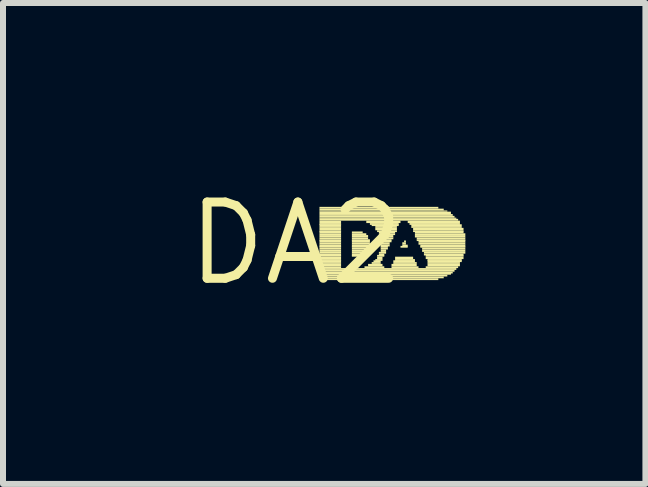
<source format=kicad_pcb>
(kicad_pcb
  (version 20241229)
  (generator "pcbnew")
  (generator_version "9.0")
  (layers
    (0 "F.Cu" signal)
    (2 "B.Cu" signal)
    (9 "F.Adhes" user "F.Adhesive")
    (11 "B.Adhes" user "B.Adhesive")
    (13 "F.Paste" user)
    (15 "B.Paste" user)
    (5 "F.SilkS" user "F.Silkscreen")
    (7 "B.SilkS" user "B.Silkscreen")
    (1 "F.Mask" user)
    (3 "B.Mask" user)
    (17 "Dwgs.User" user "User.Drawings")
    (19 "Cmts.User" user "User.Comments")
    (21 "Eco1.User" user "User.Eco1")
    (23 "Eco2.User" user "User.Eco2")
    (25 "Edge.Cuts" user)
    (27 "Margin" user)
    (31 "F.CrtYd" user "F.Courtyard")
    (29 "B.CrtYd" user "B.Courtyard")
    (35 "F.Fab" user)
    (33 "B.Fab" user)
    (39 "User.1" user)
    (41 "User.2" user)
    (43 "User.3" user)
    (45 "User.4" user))
  (footprint "DA2"
    (layer "F.Cu")
    (at 1.882 1.006)
    (property "Reference" "DA2" (at 0 0 0) (layer "F.SilkS") (effects (font (size 1.27 1.27) (thickness 0.15))))
    (fp_poly (pts (xy 0.39 -0.58) (xy 2.37 -0.58) (xy 2.37 -0.61) (xy 0.39 -0.61)) (stroke (width 0) (type default)) (fill yes) (layer "F.SilkS"))
    (fp_poly (pts (xy 0.39 -0.55) (xy 2.46 -0.55) (xy 2.46 -0.58) (xy 0.39 -0.58)) (stroke (width 0) (type default)) (fill yes) (layer "F.SilkS"))
    (fp_poly (pts (xy 0.39 -0.53) (xy 2.52 -0.53) (xy 2.52 -0.55) (xy 0.39 -0.55)) (stroke (width 0) (type default)) (fill yes) (layer "F.SilkS"))
    (fp_poly (pts (xy 0.39 -0.49) (xy 2.58 -0.49) (xy 2.58 -0.53) (xy 0.39 -0.53)) (stroke (width 0) (type default)) (fill yes) (layer "F.SilkS"))
    (fp_poly (pts (xy 0.39 -0.46) (xy 2.61 -0.46) (xy 2.61 -0.49) (xy 0.39 -0.49)) (stroke (width 0) (type default)) (fill yes) (layer "F.SilkS"))
    (fp_poly (pts (xy 0.39 -0.43) (xy 2.64 -0.43) (xy 2.64 -0.46) (xy 0.39 -0.46)) (stroke (width 0) (type default)) (fill yes) (layer "F.SilkS"))
    (fp_poly (pts (xy 0.39 -0.41) (xy 2.67 -0.41) (xy 2.67 -0.43) (xy 0.39 -0.43)) (stroke (width 0) (type default)) (fill yes) (layer "F.SilkS"))
    (fp_poly (pts (xy 0.39 -0.38) (xy 2.7 -0.38) (xy 2.7 -0.41) (xy 0.39 -0.41)) (stroke (width 0) (type default)) (fill yes) (layer "F.SilkS"))
    (fp_poly (pts (xy 0.39 -0.34) (xy 0.75 -0.34) (xy 0.75 -0.38) (xy 0.39 -0.38)) (stroke (width 0) (type default)) (fill yes) (layer "F.SilkS"))
    (fp_poly (pts (xy 0.39 -0.31) (xy 0.75 -0.31) (xy 0.75 -0.34) (xy 0.39 -0.34)) (stroke (width 0) (type default)) (fill yes) (layer "F.SilkS"))
    (fp_poly (pts (xy 0.39 -0.29) (xy 0.75 -0.29) (xy 0.75 -0.32) (xy 0.39 -0.32)) (stroke (width 0) (type default)) (fill yes) (layer "F.SilkS"))
    (fp_poly (pts (xy 0.39 -0.26) (xy 0.75 -0.26) (xy 0.75 -0.29) (xy 0.39 -0.29)) (stroke (width 0) (type default)) (fill yes) (layer "F.SilkS"))
    (fp_poly (pts (xy 0.39 -0.22) (xy 0.75 -0.22) (xy 0.75 -0.26) (xy 0.39 -0.26)) (stroke (width 0) (type default)) (fill yes) (layer "F.SilkS"))
    (fp_poly (pts (xy 0.39 -0.19) (xy 0.75 -0.19) (xy 0.75 -0.22) (xy 0.39 -0.22)) (stroke (width 0) (type default)) (fill yes) (layer "F.SilkS"))
    (fp_poly (pts (xy 0.39 -0.17) (xy 0.75 -0.17) (xy 0.75 -0.2) (xy 0.39 -0.2)) (stroke (width 0) (type default)) (fill yes) (layer "F.SilkS"))
    (fp_poly (pts (xy 0.39 -0.14) (xy 0.75 -0.14) (xy 0.75 -0.17) (xy 0.39 -0.17)) (stroke (width 0) (type default)) (fill yes) (layer "F.SilkS"))
    (fp_poly (pts (xy 0.39 -0.1) (xy 0.75 -0.1) (xy 0.75 -0.14) (xy 0.39 -0.14)) (stroke (width 0) (type default)) (fill yes) (layer "F.SilkS"))
    (fp_poly (pts (xy 0.39 -0.07) (xy 0.75 -0.07) (xy 0.75 -0.1) (xy 0.39 -0.1)) (stroke (width 0) (type default)) (fill yes) (layer "F.SilkS"))
    (fp_poly (pts (xy 0.39 -0.04) (xy 0.75 -0.04) (xy 0.75 -0.07) (xy 0.39 -0.07)) (stroke (width 0) (type default)) (fill yes) (layer "F.SilkS"))
    (fp_poly (pts (xy 0.39 -0.02) (xy 0.75 -0.02) (xy 0.75 -0.05) (xy 0.39 -0.05)) (stroke (width 0) (type default)) (fill yes) (layer "F.SilkS"))
    (fp_poly (pts (xy 0.39 0.02) (xy 0.75 0.02) (xy 0.75 -0.02) (xy 0.39 -0.02)) (stroke (width 0) (type default)) (fill yes) (layer "F.SilkS"))
    (fp_poly (pts (xy 0.39 0.05) (xy 0.75 0.05) (xy 0.75 0.02) (xy 0.39 0.02)) (stroke (width 0) (type default)) (fill yes) (layer "F.SilkS"))
    (fp_poly (pts (xy 0.39 0.07) (xy 0.75 0.07) (xy 0.75 0.04) (xy 0.39 0.04)) (stroke (width 0) (type default)) (fill yes) (layer "F.SilkS"))
    (fp_poly (pts (xy 0.39 0.1) (xy 0.75 0.1) (xy 0.75 0.07) (xy 0.39 0.07)) (stroke (width 0) (type default)) (fill yes) (layer "F.SilkS"))
    (fp_poly (pts (xy 0.39 0.14) (xy 0.75 0.14) (xy 0.75 0.1) (xy 0.39 0.1)) (stroke (width 0) (type default)) (fill yes) (layer "F.SilkS"))
    (fp_poly (pts (xy 0.39 0.17) (xy 0.75 0.17) (xy 0.75 0.14) (xy 0.39 0.14)) (stroke (width 0) (type default)) (fill yes) (layer "F.SilkS"))
    (fp_poly (pts (xy 0.39 0.2) (xy 0.75 0.2) (xy 0.75 0.17) (xy 0.39 0.17)) (stroke (width 0) (type default)) (fill yes) (layer "F.SilkS"))
    (fp_poly (pts (xy 0.39 0.22) (xy 0.75 0.22) (xy 0.75 0.19) (xy 0.39 0.19)) (stroke (width 0) (type default)) (fill yes) (layer "F.SilkS"))
    (fp_poly (pts (xy 0.39 0.26) (xy 0.75 0.26) (xy 0.75 0.22) (xy 0.39 0.22)) (stroke (width 0) (type default)) (fill yes) (layer "F.SilkS"))
    (fp_poly (pts (xy 0.39 0.29) (xy 0.75 0.29) (xy 0.75 0.26) (xy 0.39 0.26)) (stroke (width 0) (type default)) (fill yes) (layer "F.SilkS"))
    (fp_poly (pts (xy 0.39 0.31) (xy 0.75 0.31) (xy 0.75 0.28) (xy 0.39 0.28)) (stroke (width 0) (type default)) (fill yes) (layer "F.SilkS"))
    (fp_poly (pts (xy 0.39 0.34) (xy 0.75 0.34) (xy 0.75 0.31) (xy 0.39 0.31)) (stroke (width 0) (type default)) (fill yes) (layer "F.SilkS"))
    (fp_poly (pts (xy 0.39 0.38) (xy 0.75 0.38) (xy 0.75 0.34) (xy 0.39 0.34)) (stroke (width 0) (type default)) (fill yes) (layer "F.SilkS"))
    (fp_poly (pts (xy 0.39 0.41) (xy 0.75 0.41) (xy 0.75 0.38) (xy 0.39 0.38)) (stroke (width 0) (type default)) (fill yes) (layer "F.SilkS"))
    (fp_poly (pts (xy 0.39 0.44) (xy 2.67 0.44) (xy 2.67 0.41) (xy 0.39 0.41)) (stroke (width 0) (type default)) (fill yes) (layer "F.SilkS"))
    (fp_poly (pts (xy 0.39 0.47) (xy 2.64 0.47) (xy 2.64 0.44) (xy 0.39 0.44)) (stroke (width 0) (type default)) (fill yes) (layer "F.SilkS"))
    (fp_poly (pts (xy 0.39 0.5) (xy 2.61 0.5) (xy 2.61 0.47) (xy 0.39 0.47)) (stroke (width 0) (type default)) (fill yes) (layer "F.SilkS"))
    (fp_poly (pts (xy 0.39 0.52) (xy 2.58 0.52) (xy 2.58 0.49) (xy 0.39 0.49)) (stroke (width 0) (type default)) (fill yes) (layer "F.SilkS"))
    (fp_poly (pts (xy 0.39 0.55) (xy 2.52 0.55) (xy 2.52 0.52) (xy 0.39 0.52)) (stroke (width 0) (type default)) (fill yes) (layer "F.SilkS"))
    (fp_poly (pts (xy 0.39 0.58) (xy 2.46 0.58) (xy 2.46 0.55) (xy 0.39 0.55)) (stroke (width 0) (type default)) (fill yes) (layer "F.SilkS"))
    (fp_poly (pts (xy 0.39 0.61) (xy 2.37 0.61) (xy 2.37 0.58) (xy 0.39 0.58)) (stroke (width 0) (type default)) (fill yes) (layer "F.SilkS"))
    (fp_poly (pts (xy 0.93 -0.17) (xy 1.11 -0.17) (xy 1.11 -0.2) (xy 0.93 -0.2)) (stroke (width 0) (type default)) (fill yes) (layer "F.SilkS"))
    (fp_poly (pts (xy 0.93 -0.14) (xy 1.17 -0.14) (xy 1.17 -0.17) (xy 0.93 -0.17)) (stroke (width 0) (type default)) (fill yes) (layer "F.SilkS"))
    (fp_poly (pts (xy 0.93 -0.1) (xy 1.2 -0.1) (xy 1.2 -0.14) (xy 0.93 -0.14)) (stroke (width 0) (type default)) (fill yes) (layer "F.SilkS"))
    (fp_poly (pts (xy 0.93 -0.07) (xy 1.2 -0.07) (xy 1.2 -0.1) (xy 0.93 -0.1)) (stroke (width 0) (type default)) (fill yes) (layer "F.SilkS"))
    (fp_poly (pts (xy 0.93 -0.04) (xy 1.23 -0.04) (xy 1.23 -0.07) (xy 0.93 -0.07)) (stroke (width 0) (type default)) (fill yes) (layer "F.SilkS"))
    (fp_poly (pts (xy 0.93 -0.02) (xy 1.23 -0.02) (xy 1.23 -0.05) (xy 0.93 -0.05)) (stroke (width 0) (type default)) (fill yes) (layer "F.SilkS"))
    (fp_poly (pts (xy 0.93 0.02) (xy 1.23 0.02) (xy 1.23 -0.02) (xy 0.93 -0.02)) (stroke (width 0) (type default)) (fill yes) (layer "F.SilkS"))
    (fp_poly (pts (xy 0.93 0.05) (xy 1.23 0.05) (xy 1.23 0.02) (xy 0.93 0.02)) (stroke (width 0) (type default)) (fill yes) (layer "F.SilkS"))
    (fp_poly (pts (xy 0.93 0.07) (xy 1.23 0.07) (xy 1.23 0.04) (xy 0.93 0.04)) (stroke (width 0) (type default)) (fill yes) (layer "F.SilkS"))
    (fp_poly (pts (xy 0.93 0.1) (xy 1.23 0.1) (xy 1.23 0.07) (xy 0.93 0.07)) (stroke (width 0) (type default)) (fill yes) (layer "F.SilkS"))
    (fp_poly (pts (xy 0.93 0.14) (xy 1.2 0.14) (xy 1.2 0.1) (xy 0.93 0.1)) (stroke (width 0) (type default)) (fill yes) (layer "F.SilkS"))
    (fp_poly (pts (xy 0.93 0.17) (xy 1.17 0.17) (xy 1.17 0.14) (xy 0.93 0.14)) (stroke (width 0) (type default)) (fill yes) (layer "F.SilkS"))
    (fp_poly (pts (xy 0.93 0.2) (xy 1.14 0.2) (xy 1.14 0.17) (xy 0.93 0.17)) (stroke (width 0) (type default)) (fill yes) (layer "F.SilkS"))
    (fp_poly (pts (xy 0.93 0.22) (xy 1.08 0.22) (xy 1.08 0.19) (xy 0.93 0.19)) (stroke (width 0) (type default)) (fill yes) (layer "F.SilkS"))
    (fp_poly (pts (xy 1.14 0.41) (xy 1.47 0.41) (xy 1.47 0.38) (xy 1.14 0.38)) (stroke (width 0) (type default)) (fill yes) (layer "F.SilkS"))
    (fp_poly (pts (xy 1.17 -0.34) (xy 1.74 -0.34) (xy 1.74 -0.38) (xy 1.17 -0.38)) (stroke (width 0) (type default)) (fill yes) (layer "F.SilkS"))
    (fp_poly (pts (xy 1.2 0.38) (xy 1.44 0.38) (xy 1.44 0.34) (xy 1.2 0.34)) (stroke (width 0) (type default)) (fill yes) (layer "F.SilkS"))
    (fp_poly (pts (xy 1.23 -0.31) (xy 1.71 -0.31) (xy 1.71 -0.34) (xy 1.23 -0.34)) (stroke (width 0) (type default)) (fill yes) (layer "F.SilkS"))
    (fp_poly (pts (xy 1.26 -0.29) (xy 1.71 -0.29) (xy 1.71 -0.32) (xy 1.26 -0.32)) (stroke (width 0) (type default)) (fill yes) (layer "F.SilkS"))
    (fp_poly (pts (xy 1.26 0.34) (xy 1.41 0.34) (xy 1.41 0.31) (xy 1.26 0.31)) (stroke (width 0) (type default)) (fill yes) (layer "F.SilkS"))
    (fp_poly (pts (xy 1.29 0.31) (xy 1.41 0.31) (xy 1.41 0.28) (xy 1.29 0.28)) (stroke (width 0) (type default)) (fill yes) (layer "F.SilkS"))
    (fp_poly (pts (xy 1.32 -0.26) (xy 1.68 -0.26) (xy 1.68 -0.29) (xy 1.32 -0.29)) (stroke (width 0) (type default)) (fill yes) (layer "F.SilkS"))
    (fp_poly (pts (xy 1.32 -0.22) (xy 1.68 -0.22) (xy 1.68 -0.26) (xy 1.32 -0.26)) (stroke (width 0) (type default)) (fill yes) (layer "F.SilkS"))
    (fp_poly (pts (xy 1.32 0.29) (xy 1.44 0.29) (xy 1.44 0.26) (xy 1.32 0.26)) (stroke (width 0) (type default)) (fill yes) (layer "F.SilkS"))
    (fp_poly (pts (xy 1.35 -0.19) (xy 1.68 -0.19) (xy 1.68 -0.22) (xy 1.35 -0.22)) (stroke (width 0) (type default)) (fill yes) (layer "F.SilkS"))
    (fp_poly (pts (xy 1.35 0.22) (xy 1.47 0.22) (xy 1.47 0.19) (xy 1.35 0.19)) (stroke (width 0) (type default)) (fill yes) (layer "F.SilkS"))
    (fp_poly (pts (xy 1.35 0.26) (xy 1.44 0.26) (xy 1.44 0.22) (xy 1.35 0.22)) (stroke (width 0) (type default)) (fill yes) (layer "F.SilkS"))
    (fp_poly (pts (xy 1.38 -0.17) (xy 1.65 -0.17) (xy 1.65 -0.2) (xy 1.38 -0.2)) (stroke (width 0) (type default)) (fill yes) (layer "F.SilkS"))
    (fp_poly (pts (xy 1.38 -0.14) (xy 1.65 -0.14) (xy 1.65 -0.17) (xy 1.38 -0.17)) (stroke (width 0) (type default)) (fill yes) (layer "F.SilkS"))
    (fp_poly (pts (xy 1.38 0.17) (xy 1.5 0.17) (xy 1.5 0.14) (xy 1.38 0.14)) (stroke (width 0) (type default)) (fill yes) (layer "F.SilkS"))
    (fp_poly (pts (xy 1.38 0.2) (xy 1.47 0.2) (xy 1.47 0.17) (xy 1.38 0.17)) (stroke (width 0) (type default)) (fill yes) (layer "F.SilkS"))
    (fp_poly (pts (xy 1.41 -0.1) (xy 1.62 -0.1) (xy 1.62 -0.14) (xy 1.41 -0.14)) (stroke (width 0) (type default)) (fill yes) (layer "F.SilkS"))
    (fp_poly (pts (xy 1.41 -0.07) (xy 1.62 -0.07) (xy 1.62 -0.1) (xy 1.41 -0.1)) (stroke (width 0) (type default)) (fill yes) (layer "F.SilkS"))
    (fp_poly (pts (xy 1.41 -0.04) (xy 1.59 -0.04) (xy 1.59 -0.07) (xy 1.41 -0.07)) (stroke (width 0) (type default)) (fill yes) (layer "F.SilkS"))
    (fp_poly (pts (xy 1.41 -0.02) (xy 1.59 -0.02) (xy 1.59 -0.05) (xy 1.41 -0.05)) (stroke (width 0) (type default)) (fill yes) (layer "F.SilkS"))
    (fp_poly (pts (xy 1.41 0.02) (xy 1.56 0.02) (xy 1.56 -0.02) (xy 1.41 -0.02)) (stroke (width 0) (type default)) (fill yes) (layer "F.SilkS"))
    (fp_poly (pts (xy 1.41 0.05) (xy 1.56 0.05) (xy 1.56 0.02) (xy 1.41 0.02)) (stroke (width 0) (type default)) (fill yes) (layer "F.SilkS"))
    (fp_poly (pts (xy 1.41 0.07) (xy 1.53 0.07) (xy 1.53 0.04) (xy 1.41 0.04)) (stroke (width 0) (type default)) (fill yes) (layer "F.SilkS"))
    (fp_poly (pts (xy 1.41 0.1) (xy 1.53 0.1) (xy 1.53 0.07) (xy 1.41 0.07)) (stroke (width 0) (type default)) (fill yes) (layer "F.SilkS"))
    (fp_poly (pts (xy 1.41 0.14) (xy 1.5 0.14) (xy 1.5 0.1) (xy 1.41 0.1)) (stroke (width 0) (type default)) (fill yes) (layer "F.SilkS"))
    (fp_poly (pts (xy 1.59 0.38) (xy 2.01 0.38) (xy 2.01 0.34) (xy 1.59 0.34)) (stroke (width 0) (type default)) (fill yes) (layer "F.SilkS"))
    (fp_poly (pts (xy 1.59 0.41) (xy 2.04 0.41) (xy 2.04 0.38) (xy 1.59 0.38)) (stroke (width 0) (type default)) (fill yes) (layer "F.SilkS"))
    (fp_poly (pts (xy 1.62 0.31) (xy 1.98 0.31) (xy 1.98 0.28) (xy 1.62 0.28)) (stroke (width 0) (type default)) (fill yes) (layer "F.SilkS"))
    (fp_poly (pts (xy 1.62 0.34) (xy 2.01 0.34) (xy 2.01 0.31) (xy 1.62 0.31)) (stroke (width 0) (type default)) (fill yes) (layer "F.SilkS"))
    (fp_poly (pts (xy 1.65 0.26) (xy 1.95 0.26) (xy 1.95 0.22) (xy 1.65 0.22)) (stroke (width 0) (type default)) (fill yes) (layer "F.SilkS"))
    (fp_poly (pts (xy 1.65 0.29) (xy 1.98 0.29) (xy 1.98 0.26) (xy 1.65 0.26)) (stroke (width 0) (type default)) (fill yes) (layer "F.SilkS"))
    (fp_poly (pts (xy 1.74 0.07) (xy 1.86 0.07) (xy 1.86 0.04) (xy 1.74 0.04)) (stroke (width 0) (type default)) (fill yes) (layer "F.SilkS"))
    (fp_poly (pts (xy 1.77 0.02) (xy 1.83 0.02) (xy 1.83 -0.02) (xy 1.77 -0.02)) (stroke (width 0) (type default)) (fill yes) (layer "F.SilkS"))
    (fp_poly (pts (xy 1.77 0.05) (xy 1.86 0.05) (xy 1.86 0.02) (xy 1.77 0.02)) (stroke (width 0) (type default)) (fill yes) (layer "F.SilkS"))
    (fp_poly (pts (xy 1.8 -0.02) (xy 1.83 -0.02) (xy 1.83 -0.05) (xy 1.8 -0.05)) (stroke (width 0) (type default)) (fill yes) (layer "F.SilkS"))
    (fp_poly (pts (xy 1.86 -0.34) (xy 2.73 -0.34) (xy 2.73 -0.38) (xy 1.86 -0.38)) (stroke (width 0) (type default)) (fill yes) (layer "F.SilkS"))
    (fp_poly (pts (xy 1.89 -0.31) (xy 2.73 -0.31) (xy 2.73 -0.34) (xy 1.89 -0.34)) (stroke (width 0) (type default)) (fill yes) (layer "F.SilkS"))
    (fp_poly (pts (xy 1.92 -0.29) (xy 2.76 -0.29) (xy 2.76 -0.32) (xy 1.92 -0.32)) (stroke (width 0) (type default)) (fill yes) (layer "F.SilkS"))
    (fp_poly (pts (xy 1.92 -0.26) (xy 2.76 -0.26) (xy 2.76 -0.29) (xy 1.92 -0.29)) (stroke (width 0) (type default)) (fill yes) (layer "F.SilkS"))
    (fp_poly (pts (xy 1.95 -0.22) (xy 2.79 -0.22) (xy 2.79 -0.26) (xy 1.95 -0.26)) (stroke (width 0) (type default)) (fill yes) (layer "F.SilkS"))
    (fp_poly (pts (xy 1.95 -0.19) (xy 2.79 -0.19) (xy 2.79 -0.22) (xy 1.95 -0.22)) (stroke (width 0) (type default)) (fill yes) (layer "F.SilkS"))
    (fp_poly (pts (xy 1.98 -0.17) (xy 2.79 -0.17) (xy 2.79 -0.2) (xy 1.98 -0.2)) (stroke (width 0) (type default)) (fill yes) (layer "F.SilkS"))
    (fp_poly (pts (xy 1.98 -0.14) (xy 2.82 -0.14) (xy 2.82 -0.17) (xy 1.98 -0.17)) (stroke (width 0) (type default)) (fill yes) (layer "F.SilkS"))
    (fp_poly (pts (xy 1.98 -0.1) (xy 2.82 -0.1) (xy 2.82 -0.14) (xy 1.98 -0.14)) (stroke (width 0) (type default)) (fill yes) (layer "F.SilkS"))
    (fp_poly (pts (xy 2.01 -0.07) (xy 2.82 -0.07) (xy 2.82 -0.1) (xy 2.01 -0.1)) (stroke (width 0) (type default)) (fill yes) (layer "F.SilkS"))
    (fp_poly (pts (xy 2.01 -0.04) (xy 2.82 -0.04) (xy 2.82 -0.07) (xy 2.01 -0.07)) (stroke (width 0) (type default)) (fill yes) (layer "F.SilkS"))
    (fp_poly (pts (xy 2.04 -0.02) (xy 2.82 -0.02) (xy 2.82 -0.05) (xy 2.04 -0.05)) (stroke (width 0) (type default)) (fill yes) (layer "F.SilkS"))
    (fp_poly (pts (xy 2.04 0.02) (xy 2.82 0.02) (xy 2.82 -0.02) (xy 2.04 -0.02)) (stroke (width 0) (type default)) (fill yes) (layer "F.SilkS"))
    (fp_poly (pts (xy 2.07 0.05) (xy 2.82 0.05) (xy 2.82 0.02) (xy 2.07 0.02)) (stroke (width 0) (type default)) (fill yes) (layer "F.SilkS"))
    (fp_poly (pts (xy 2.07 0.07) (xy 2.82 0.07) (xy 2.82 0.04) (xy 2.07 0.04)) (stroke (width 0) (type default)) (fill yes) (layer "F.SilkS"))
    (fp_poly (pts (xy 2.1 0.1) (xy 2.82 0.1) (xy 2.82 0.07) (xy 2.1 0.07)) (stroke (width 0) (type default)) (fill yes) (layer "F.SilkS"))
    (fp_poly (pts (xy 2.1 0.14) (xy 2.82 0.14) (xy 2.82 0.1) (xy 2.1 0.1)) (stroke (width 0) (type default)) (fill yes) (layer "F.SilkS"))
    (fp_poly (pts (xy 2.13 0.17) (xy 2.82 0.17) (xy 2.82 0.14) (xy 2.13 0.14)) (stroke (width 0) (type default)) (fill yes) (layer "F.SilkS"))
    (fp_poly (pts (xy 2.13 0.2) (xy 2.79 0.2) (xy 2.79 0.17) (xy 2.13 0.17)) (stroke (width 0) (type default)) (fill yes) (layer "F.SilkS"))
    (fp_poly (pts (xy 2.16 0.22) (xy 2.79 0.22) (xy 2.79 0.19) (xy 2.16 0.19)) (stroke (width 0) (type default)) (fill yes) (layer "F.SilkS"))
    (fp_poly (pts (xy 2.16 0.26) (xy 2.79 0.26) (xy 2.79 0.22) (xy 2.16 0.22)) (stroke (width 0) (type default)) (fill yes) (layer "F.SilkS"))
    (fp_poly (pts (xy 2.16 0.41) (xy 2.7 0.41) (xy 2.7 0.38) (xy 2.16 0.38)) (stroke (width 0) (type default)) (fill yes) (layer "F.SilkS"))
    (fp_poly (pts (xy 2.19 0.29) (xy 2.76 0.29) (xy 2.76 0.26) (xy 2.19 0.26)) (stroke (width 0) (type default)) (fill yes) (layer "F.SilkS"))
    (fp_poly (pts (xy 2.19 0.31) (xy 2.76 0.31) (xy 2.76 0.28) (xy 2.19 0.28)) (stroke (width 0) (type default)) (fill yes) (layer "F.SilkS"))
    (fp_poly (pts (xy 2.19 0.34) (xy 2.73 0.34) (xy 2.73 0.31) (xy 2.19 0.31)) (stroke (width 0) (type default)) (fill yes) (layer "F.SilkS"))
    (fp_poly (pts (xy 2.19 0.38) (xy 2.73 0.38) (xy 2.73 0.34) (xy 2.19 0.34)) (stroke (width 0) (type default)) (fill yes) (layer "F.SilkS")))
  (gr_rect
    (start -3 -3)
    (end 7.702 5.012)
    (stroke (width 0.1) (type default))
    (fill no)
    (layer "Edge.Cuts")))
</source>
